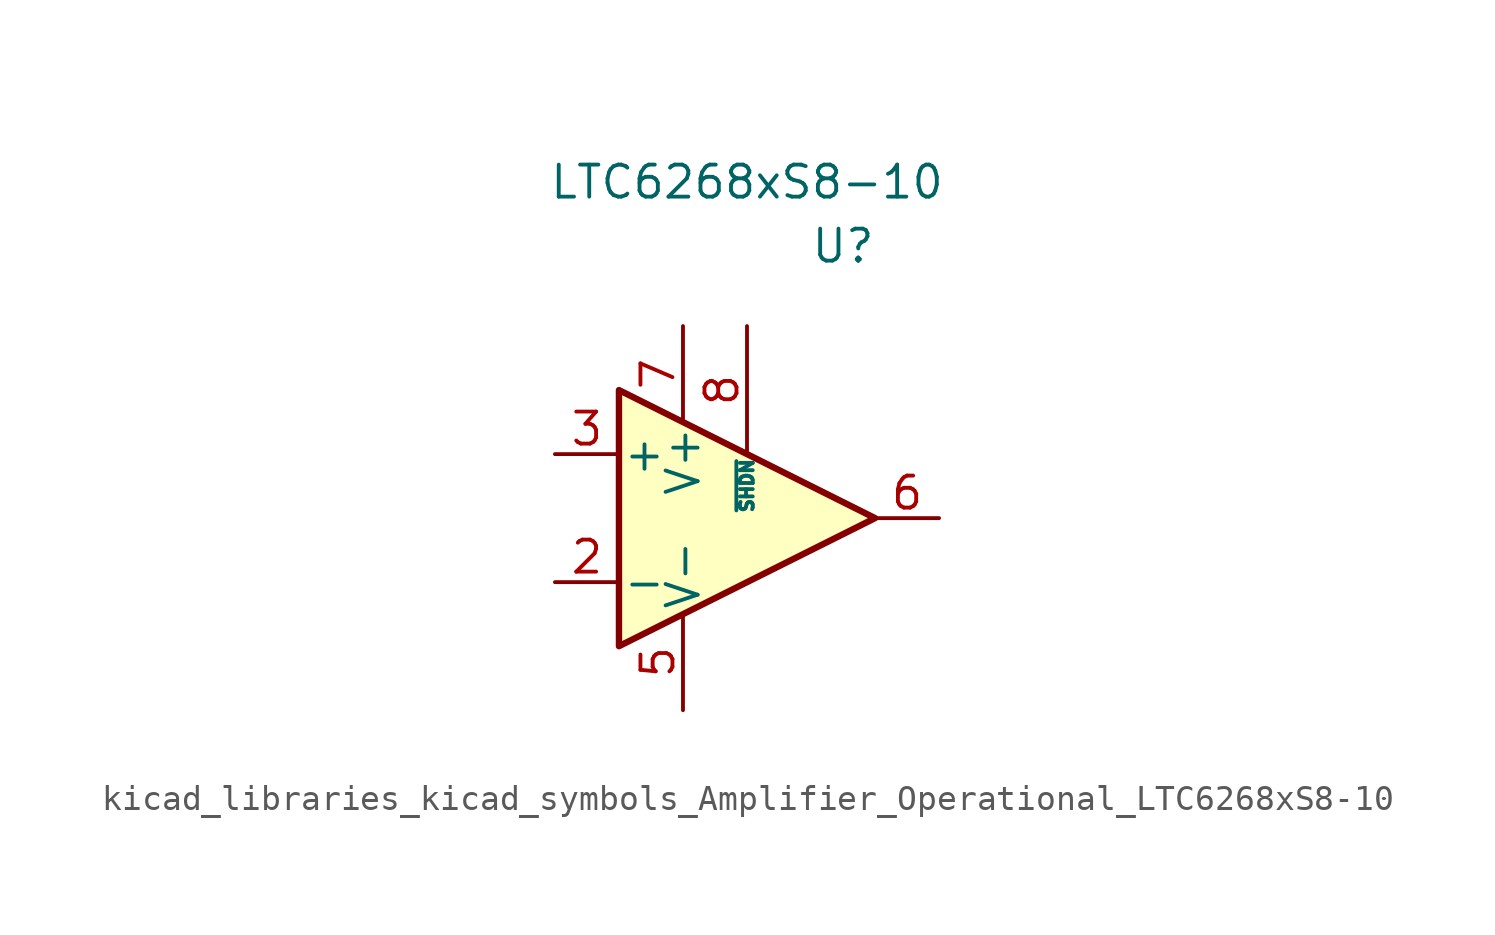
<source format=kicad_sym>
(kicad_symbol_lib
  (version 20220914)
  (generator kicad_symbol_editor)
  (symbol "kicad_libraries_kicad_symbols_Amplifier_Operational_LTC6268xS8-10"
    (pin_names
      (offset 0.127))
    (property "Reference" "U"
      (at 3.81 10.795 0)
      (effects (font (size 1.27 1.27))))
    (property "Value" "LTC6268xS8-10"
      (at 0 13.335 0)
      (effects (font (size 1.27 1.27))))
    (symbol "kicad_libraries_kicad_symbols_Amplifier_Operational_LTC6268xS8-10_1_1"
      (polyline (pts (xy -5.08 5.08) (xy -5.08 -5.08) (xy 5.08 0) (xy -5.08 5.08)) (stroke (width 0.254) (type default)) (fill (type background)))
      (pin no_connect line (at 0 -2.54 90) (length 5.08) hide (name "NC" (effects (font (size 0.508 0.508)))) (number "1" (effects (font (size 1.27 1.27)))))
      (pin input line (at -7.62 -2.54 0) (length 2.54) (name "-" (effects (font (size 1.27 1.27)))) (number "2" (effects (font (size 1.27 1.27)))))
      (pin input line (at -7.62 2.54 0) (length 2.54) (name "+" (effects (font (size 1.27 1.27)))) (number "3" (effects (font (size 1.27 1.27)))))
      (pin no_connect line (at 0 -2.54 90) (length 5.08) hide (name "NC" (effects (font (size 0.508 0.508)))) (number "4" (effects (font (size 1.27 1.27)))))
      (pin power_in line (at -2.54 -7.62 90) (length 3.81) (name "V-" (effects (font (size 1.27 1.27)))) (number "5" (effects (font (size 1.27 1.27)))))
      (pin output line (at 7.62 0 180) (length 2.54) (name "~" (effects (font (size 1.27 1.27)))) (number "6" (effects (font (size 1.27 1.27)))))
      (pin power_in line (at -2.54 7.62 270) (length 3.81) (name "V+" (effects (font (size 1.27 1.27)))) (number "7" (effects (font (size 1.27 1.27)))))
      (pin input line (at 0 7.62 270) (length 5.08) (name "~{SHDN}" (effects (font (size 0.508 0.508)))) (number "8" (effects (font (size 1.27 1.27))))))))
</source>
